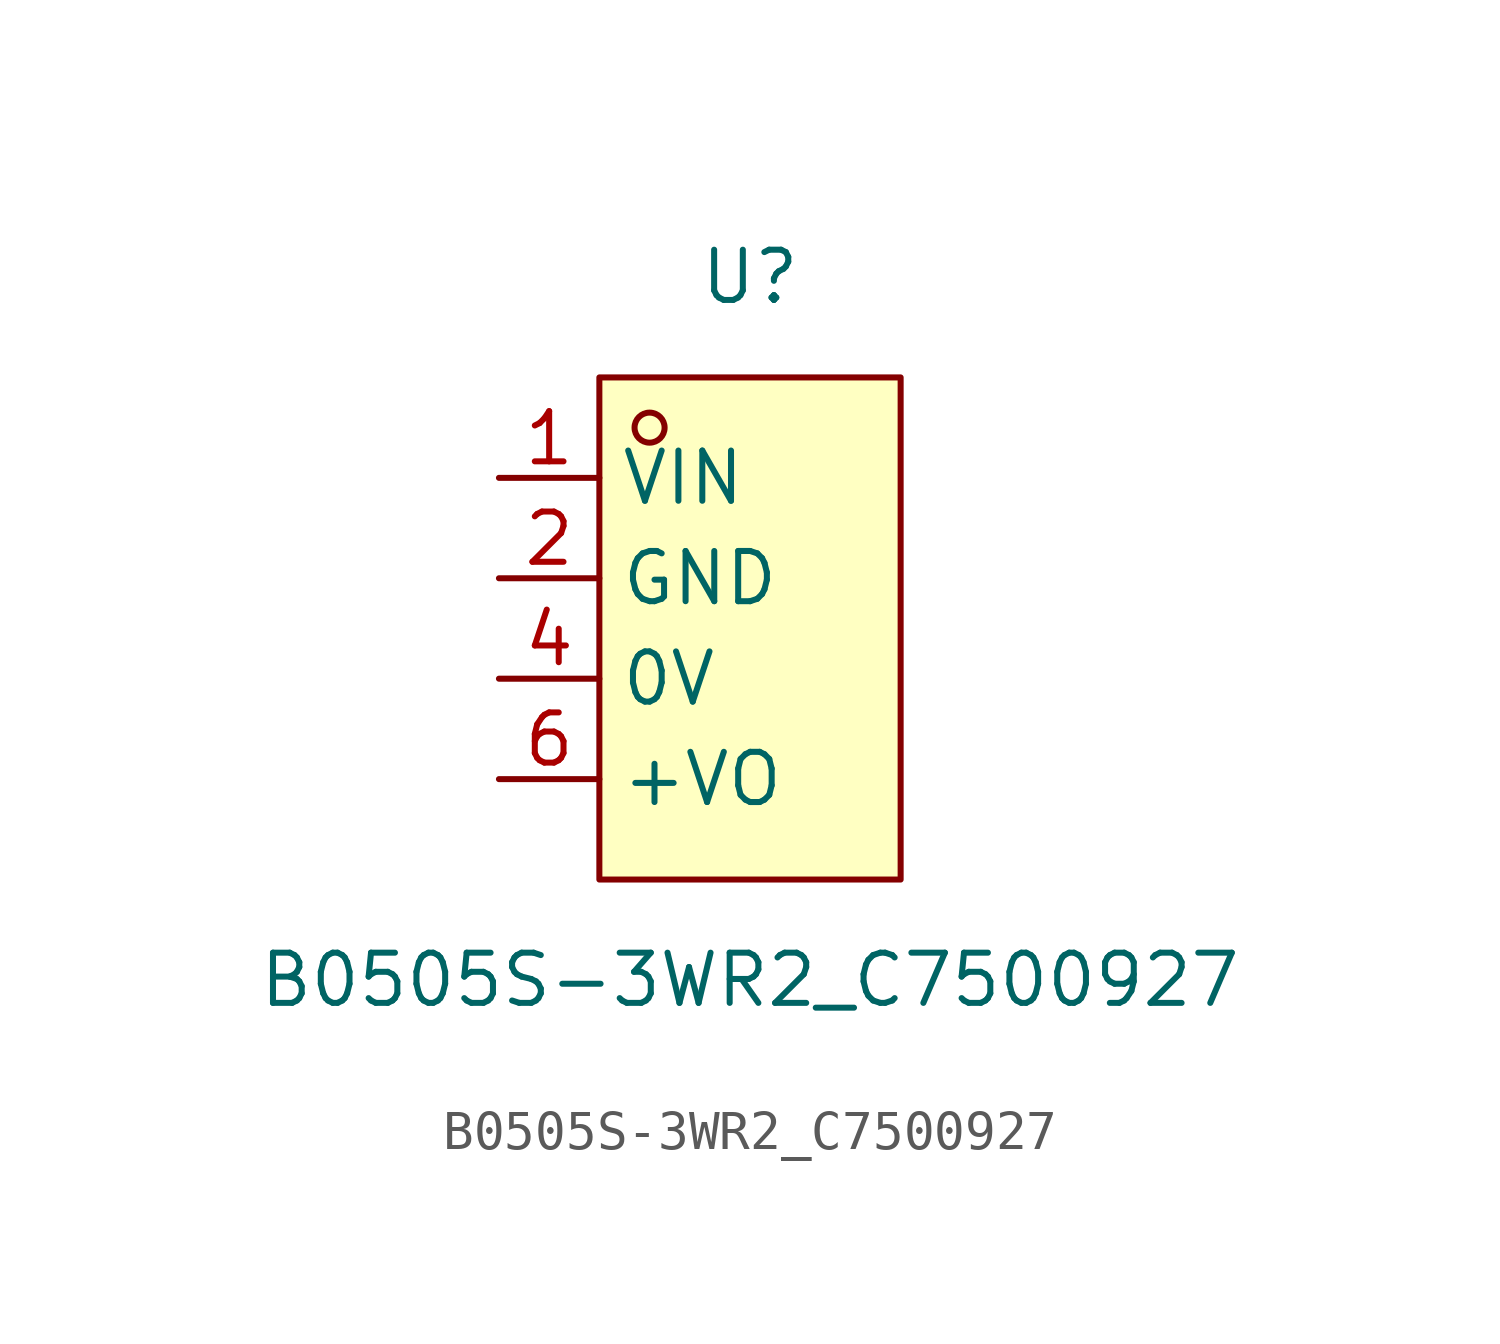
<source format=kicad_sym>
(kicad_symbol_lib
  (version 20241209)
  (generator "kicad_symbol_editor")
  (generator_version "9.0")
  (symbol "B0505S-3WR2_C7500927"
    (property "Reference" "U"
      (at 0 8.89 0)
      (effects (font (size 1.27 1.27))))
    (property "Value" "B0505S-3WR2_C7500927"
      (at 0 -8.89 0)
      (effects (font (size 1.27 1.27))))
    (symbol "B0505S-3WR2_C7500927_0_1"
      (rectangle (start -3.81 6.35) (end 3.81 -6.35) (stroke (width 0) (type default)) (fill (type background)))
      (circle (center -2.54 5.08) (radius 0.38) (stroke (width 0) (type default)) (fill (type none))))
    (symbol "B0505S-3WR2_C7500927_1_1"
      (pin power_in line (at -6.35 3.81 0) (length 2.54) (name "VIN" (effects (font (size 1.27 1.27)))) (number "1" (effects (font (size 1.27 1.27)))))
      (pin passive line (at -6.35 1.27 0) (length 2.54) (name "GND" (effects (font (size 1.27 1.27)))) (number "2" (effects (font (size 1.27 1.27)))))
      (pin passive line (at -6.35 -1.27 0) (length 2.54) (name "0V" (effects (font (size 1.27 1.27)))) (number "4" (effects (font (size 1.27 1.27)))))
      (pin power_out line (at -6.35 -3.81 0) (length 2.54) (name "+VO" (effects (font (size 1.27 1.27)))) (number "6" (effects (font (size 1.27 1.27))))))))
</source>
